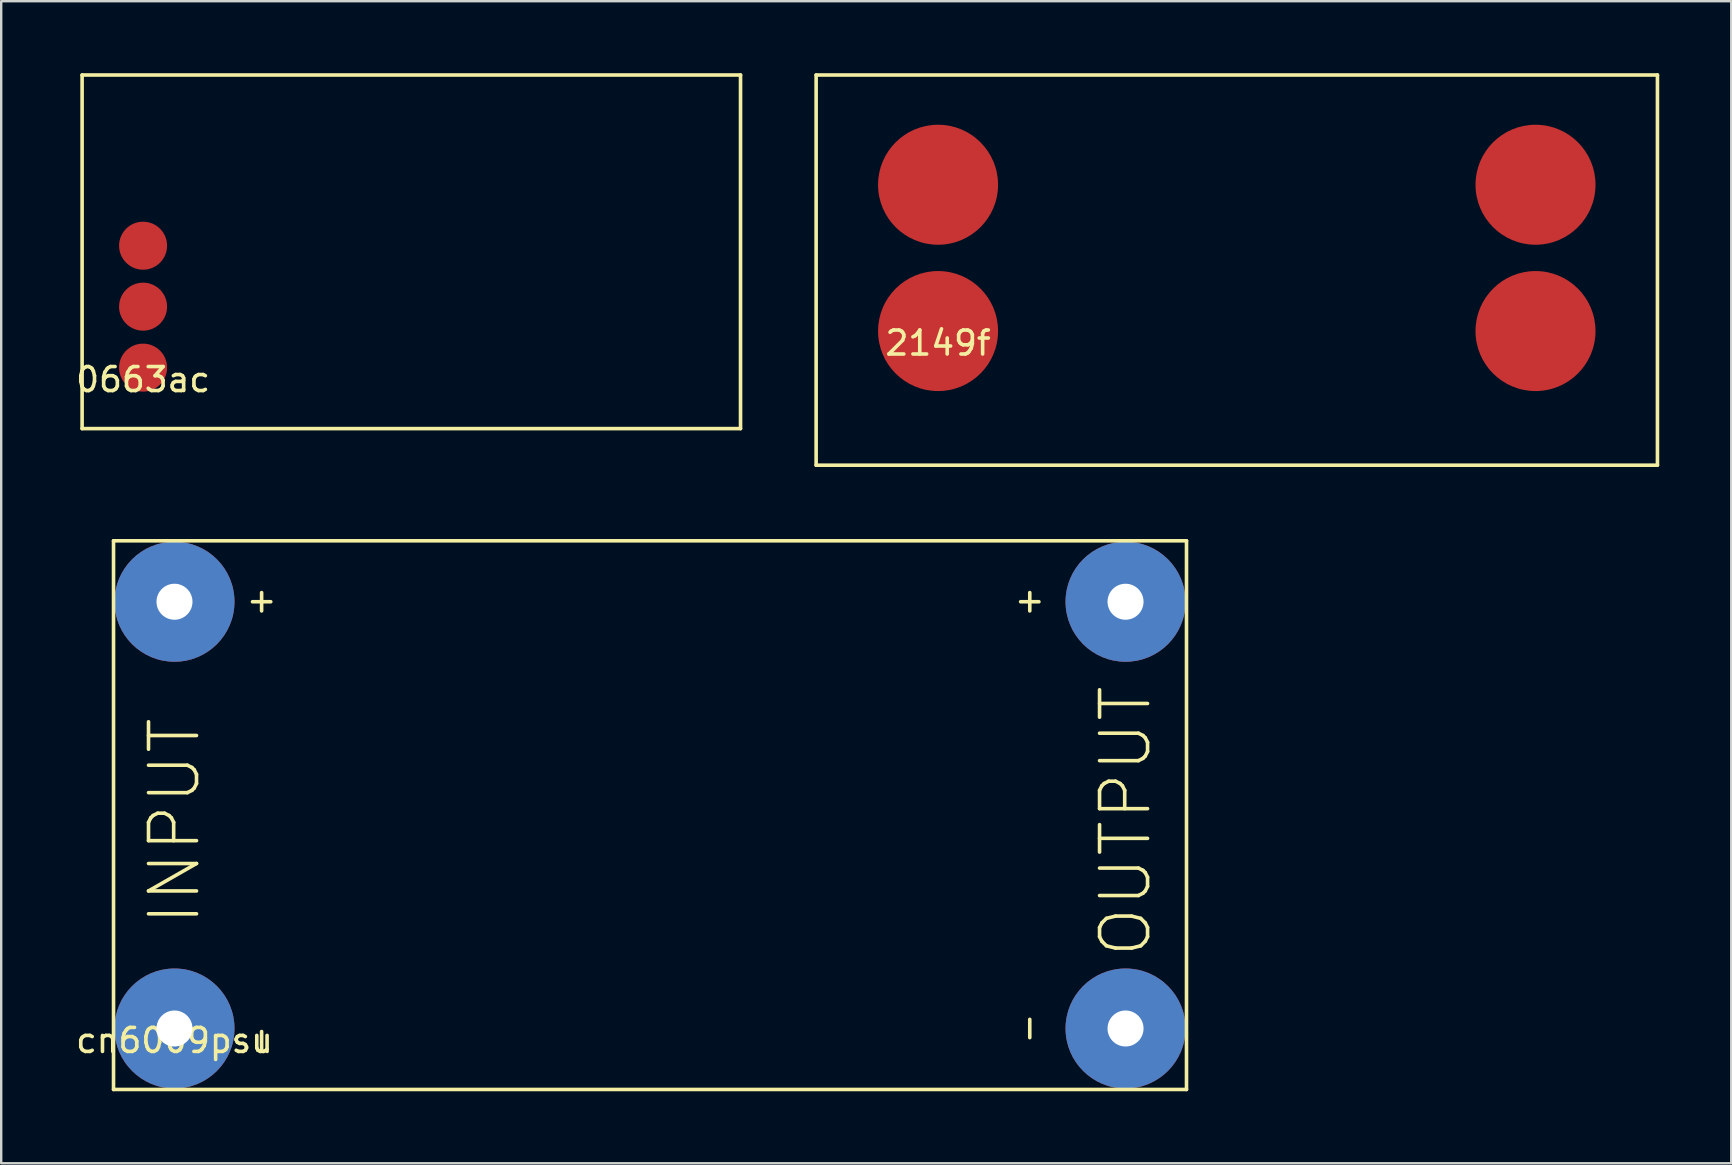
<source format=kicad_pcb>
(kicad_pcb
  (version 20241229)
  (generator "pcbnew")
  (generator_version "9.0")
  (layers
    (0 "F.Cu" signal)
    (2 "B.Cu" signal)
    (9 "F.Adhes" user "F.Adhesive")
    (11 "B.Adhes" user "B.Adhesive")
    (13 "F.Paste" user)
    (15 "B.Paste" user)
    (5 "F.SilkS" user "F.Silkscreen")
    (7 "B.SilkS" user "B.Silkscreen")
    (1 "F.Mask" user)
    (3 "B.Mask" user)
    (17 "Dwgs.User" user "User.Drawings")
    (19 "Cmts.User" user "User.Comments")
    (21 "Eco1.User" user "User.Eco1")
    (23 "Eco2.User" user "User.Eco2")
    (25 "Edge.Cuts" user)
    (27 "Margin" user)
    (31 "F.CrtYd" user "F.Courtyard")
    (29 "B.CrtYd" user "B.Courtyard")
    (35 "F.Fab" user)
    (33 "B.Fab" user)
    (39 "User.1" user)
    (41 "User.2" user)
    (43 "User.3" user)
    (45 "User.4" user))
  (footprint "0663ac"
    (layer "F.Cu")
    (at 2.911 12.267)
    (property "Reference" "0663ac" (at 0 0.5 0) (layer "F.SilkS") (effects (font (size 1 1) (thickness 0.15))))
    (attr through_hole)
    (fp_line (start -2.54 -12.192) (end 24.892 -12.192) (stroke (width 0.15) (type solid)) (layer "F.SilkS"))
    (fp_line (start -2.54 2.54) (end -2.54 -12.192) (stroke (width 0.15) (type solid)) (layer "F.SilkS"))
    (fp_line (start 24.892 -12.192) (end 24.892 2.54) (stroke (width 0.15) (type solid)) (layer "F.SilkS"))
    (fp_line (start 24.892 2.54) (end -2.54 2.54) (stroke (width 0.15) (type solid)) (layer "F.SilkS"))
    (pad "1" smd circle (at 0 0) (size 2 2) (layers "F.Cu" "F.Mask" "F.Paste"))
    (pad "2" smd circle (at 0 -2.54) (size 2 2) (layers "F.Cu" "F.Mask" "F.Paste"))
    (pad "3" smd circle (at 0 -5.08) (size 2 2) (layers "F.Cu" "F.Mask" "F.Paste")))
  (footprint "2149f"
    (layer "F.Cu")
    (at 36.033 10.743)
    (property "Reference" "2149f" (at 0 0.5 0) (layer "F.SilkS") (effects (font (size 1 1) (thickness 0.15))))
    (attr through_hole)
    (fp_line (start -5.08 -10.668) (end 29.972 -10.668) (stroke (width 0.15) (type solid)) (layer "F.SilkS"))
    (fp_line (start -5.08 5.588) (end -5.08 -10.668) (stroke (width 0.15) (type solid)) (layer "F.SilkS"))
    (fp_line (start 29.972 -10.668) (end 29.972 5.588) (stroke (width 0.15) (type solid)) (layer "F.SilkS"))
    (fp_line (start 29.972 5.588) (end -5.08 5.588) (stroke (width 0.15) (type solid)) (layer "F.SilkS"))
    (pad "1" smd circle (at 0 -6.096) (size 5 5) (layers "F.Cu" "F.Mask" "F.Paste"))
    (pad "2" smd circle (at 0 0) (size 5 5) (layers "F.Cu" "F.Mask" "F.Paste"))
    (pad "3" smd circle (at 24.892 0) (size 5 5) (layers "F.Cu" "F.Mask" "F.Paste"))
    (pad "4" smd circle (at 24.892 -6.096) (size 5 5) (layers "F.Cu" "F.Mask" "F.Paste")))
  (footprint "cn6009psu"
    (layer "F.Cu")
    (at 4.22 39.801)
    (property "Reference" "cn6009psu" (at 0 0.5 0) (layer "F.SilkS") (effects (font (size 1 1) (thickness 0.15))))
    (attr through_hole)
    (fp_line (start -2.54 -20.32) (end -2.54 2.54) (stroke (width 0.15) (type solid)) (layer "F.SilkS"))
    (fp_line (start -2.54 2.54) (end 42.164 2.54) (stroke (width 0.15) (type solid)) (layer "F.SilkS"))
    (fp_line (start 42.164 -20.32) (end -2.54 -20.32) (stroke (width 0.15) (type solid)) (layer "F.SilkS"))
    (fp_line (start 42.164 2.54) (end 42.164 -20.32) (stroke (width 0.15) (type solid)) (layer "F.SilkS"))
    (fp_text user "-" (at 35.56 0 90) (layer "F.SilkS") (effects (font (size 1 1) (thickness 0.15))))
    (fp_text user "+" (at 35.56 -17.78 90) (layer "F.SilkS") (effects (font (size 1 1) (thickness 0.15))))
    (fp_text user "INPUT" (at 0 -8.636 90) (layer "F.SilkS") (effects (font (size 2 2) (thickness 0.15))))
    (fp_text user "-" (at 3.556 0.508 90) (layer "F.SilkS") (effects (font (size 1 1) (thickness 0.15))))
    (fp_text user "OUTPUT" (at 39.624 -8.636 90) (layer "F.SilkS") (effects (font (size 2 2) (thickness 0.15))))
    (fp_text user "+" (at 3.556 -17.78 90) (layer "F.SilkS") (effects (font (size 1 1) (thickness 0.15))))
    (pad "1" thru_hole circle (at 0 0) (size 5 5) (drill 1.5) (layers "*.Cu" "*.Mask"))
    (pad "2" thru_hole circle (at 0 -17.78) (size 5 5) (drill 1.5) (layers "*.Cu" "*.Mask"))
    (pad "3" thru_hole circle (at 39.624 0) (size 5 5) (drill 1.5) (layers "*.Cu" "*.Mask"))
    (pad "4" thru_hole circle (at 39.624 -17.78) (size 5 5) (drill 1.5) (layers "*.Cu" "*.Mask")))
  (gr_rect
    (start -3 -3)
    (end 69.08 45.416)
    (stroke (width 0.1) (type default))
    (fill no)
    (layer "Edge.Cuts")))
</source>
